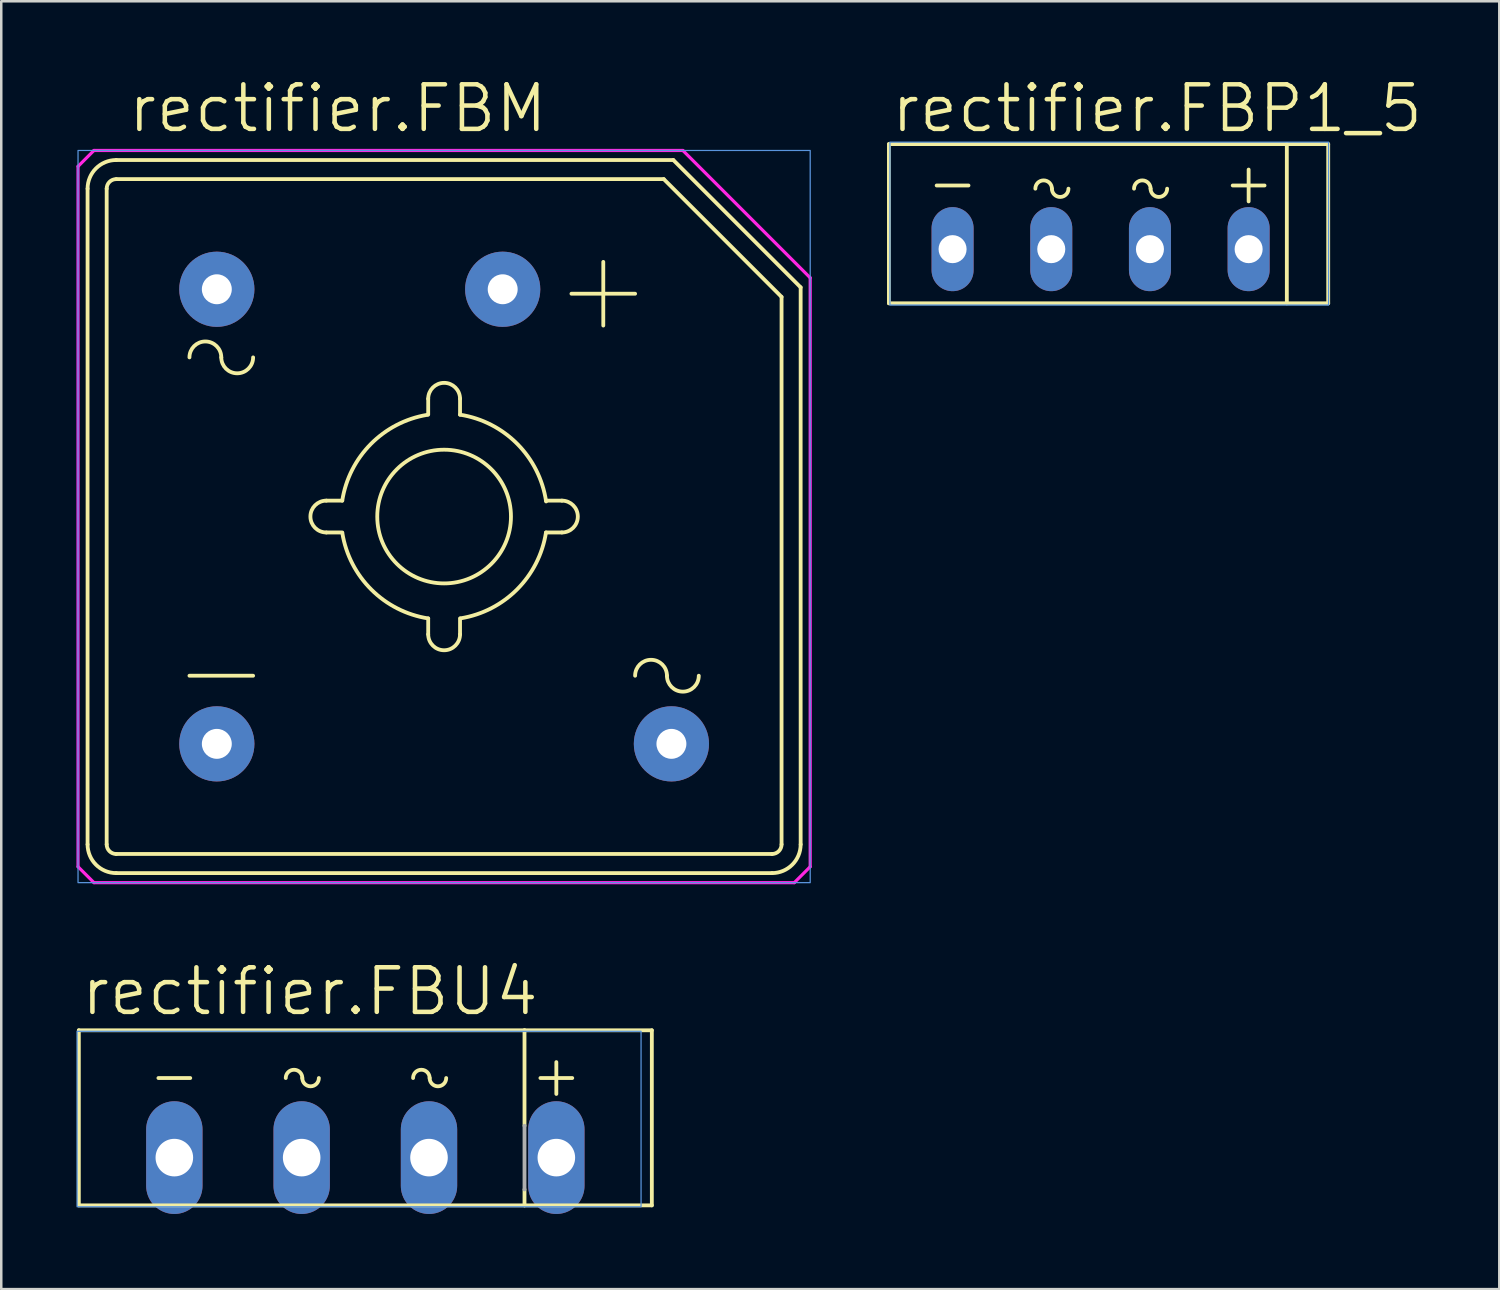
<source format=kicad_pcb>
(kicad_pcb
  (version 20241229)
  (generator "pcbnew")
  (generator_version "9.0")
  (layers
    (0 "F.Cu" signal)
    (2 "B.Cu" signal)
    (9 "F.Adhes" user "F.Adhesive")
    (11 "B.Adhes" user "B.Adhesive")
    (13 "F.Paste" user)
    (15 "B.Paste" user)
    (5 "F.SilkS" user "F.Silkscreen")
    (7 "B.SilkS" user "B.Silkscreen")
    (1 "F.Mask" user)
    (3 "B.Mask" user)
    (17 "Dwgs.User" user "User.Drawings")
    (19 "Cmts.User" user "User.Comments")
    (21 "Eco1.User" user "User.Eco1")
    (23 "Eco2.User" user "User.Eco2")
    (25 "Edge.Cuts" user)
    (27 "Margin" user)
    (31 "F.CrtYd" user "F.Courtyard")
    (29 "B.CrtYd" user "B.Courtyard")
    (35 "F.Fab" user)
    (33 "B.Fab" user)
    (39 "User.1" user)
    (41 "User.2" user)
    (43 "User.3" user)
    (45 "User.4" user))
  (footprint "rectifier.FBU4"
    (layer "F.Cu")
    (at 11.525 41.593)
    (property "Reference" "rectifier.FBU4" (at -11.43 -4.048 0) (layer "F.SilkS") (effects (font (size 1.778 1.778) (thickness 0.18)) (justify left bottom)))
    (attr through_hole)
    (fp_line (start -11.43 -3.54) (end 6.35 -3.54) (stroke (width 0.152) (type default)) (layer "F.SilkS"))
    (fp_line (start -11.43 3.445) (end -11.43 -3.54) (stroke (width 0.152) (type default)) (layer "F.SilkS"))
    (fp_line (start -8.255 -1.635) (end -6.985 -1.635) (stroke (width 0.152) (type default)) (layer "F.SilkS"))
    (fp_line (start 6.35 -3.54) (end 11.43 -3.54) (stroke (width 0.152) (type default)) (layer "F.SilkS"))
    (fp_line (start 6.35 0.27) (end 6.35 -3.54) (stroke (width 0.152) (type default)) (layer "F.SilkS"))
    (fp_line (start 6.35 3.445) (end -11.43 3.445) (stroke (width 0.152) (type default)) (layer "F.SilkS"))
    (fp_line (start 6.35 3.445) (end 6.35 2.81) (stroke (width 0.152) (type default)) (layer "F.SilkS"))
    (fp_line (start 6.985 -1.635) (end 8.255 -1.635) (stroke (width 0.152) (type default)) (layer "F.SilkS"))
    (fp_line (start 7.62 -2.27) (end 7.62 -1) (stroke (width 0.152) (type default)) (layer "F.SilkS"))
    (fp_line (start 11.43 -3.54) (end 11.43 3.445) (stroke (width 0.152) (type default)) (layer "F.SilkS"))
    (fp_line (start 11.43 3.445) (end 6.35 3.445) (stroke (width 0.152) (type default)) (layer "F.SilkS"))
    (fp_arc (start -3.175 -1.635) (mid -2.8448 -1.9652) (end -2.5146 -1.635) (stroke (width 0.1524) (type default)) (layer "F.SilkS"))
    (fp_arc (start -1.8542 -1.635) (mid -2.1844 -1.3048) (end -2.5146 -1.635) (stroke (width 0.1524) (type default)) (layer "F.SilkS"))
    (fp_arc (start 1.905 -1.635) (mid 2.2352 -1.9652) (end 2.5654 -1.635) (stroke (width 0.1524) (type default)) (layer "F.SilkS"))
    (fp_arc (start 3.2258 -1.635) (mid 2.8956 -1.3048) (end 2.5654 -1.635) (stroke (width 0.1524) (type default)) (layer "F.SilkS"))
    (fp_rect (start -11.5 3.5) (end 11 -3.5) (stroke (width 0.05) (type default)) (fill no) (layer "Cmts.User"))
    (fp_line (start 6.35 0.27) (end 6.35 2.81) (stroke (width 0.152) (type default)) (layer "F.Fab"))
    (pad "+" thru_hole oval (at 7.62 1.54 90) (size 4.496 2.248) (drill 1.499) (layers "*.Cu" "*.Mask"))
    (pad "-" thru_hole oval (at -7.62 1.54 90) (size 4.496 2.248) (drill 1.499) (layers "*.Cu" "*.Mask"))
    (pad "AC1" thru_hole oval (at 2.54 1.54 90) (size 4.496 2.248) (drill 1.499) (layers "*.Cu" "*.Mask"))
    (pad "AC2" thru_hole oval (at -2.54 1.54 90) (size 4.496 2.248) (drill 1.499) (layers "*.Cu" "*.Mask")))
  (footprint "rectifier.FBP1_5"
    (layer "F.Cu")
    (at 40.953 6.12)
    (property "Reference" "rectifier.FBP1_5" (at -8.54 -3.802 0) (layer "F.SilkS") (effects (font (size 1.778 1.778) (thickness 0.18)) (justify left bottom)))
    (attr through_hole)
    (fp_line (start -8.54 -3.421) (end 7.335 -3.421) (stroke (width 0.152) (type default)) (layer "F.SilkS"))
    (fp_line (start -8.54 2.929) (end -8.54 -3.421) (stroke (width 0.152) (type default)) (layer "F.SilkS"))
    (fp_line (start -6.635 -1.77) (end -5.365 -1.77) (stroke (width 0.152) (type default)) (layer "F.SilkS"))
    (fp_line (start 5.176 -1.77) (end 6.446 -1.77) (stroke (width 0.152) (type default)) (layer "F.SilkS"))
    (fp_line (start 5.811 -2.405) (end 5.811 -1.135) (stroke (width 0.152) (type default)) (layer "F.SilkS"))
    (fp_line (start 7.335 -3.421) (end 7.335 2.929) (stroke (width 0.152) (type default)) (layer "F.SilkS"))
    (fp_line (start 7.335 -3.421) (end 8.986 -3.421) (stroke (width 0.152) (type default)) (layer "F.SilkS"))
    (fp_line (start 7.335 2.929) (end -8.54 2.929) (stroke (width 0.152) (type default)) (layer "F.SilkS"))
    (fp_line (start 8.986 -3.421) (end 8.986 2.929) (stroke (width 0.152) (type default)) (layer "F.SilkS"))
    (fp_line (start 8.986 2.929) (end 7.335 2.929) (stroke (width 0.152) (type default)) (layer "F.SilkS"))
    (fp_arc (start -2.698 -1.643) (mid -2.3678 -1.9732) (end -2.0376 -1.643) (stroke (width 0.1524) (type default)) (layer "F.SilkS"))
    (fp_arc (start -1.3772 -1.643) (mid -1.7074 -1.3128) (end -2.0376 -1.643) (stroke (width 0.1524) (type default)) (layer "F.SilkS"))
    (fp_arc (start 1.239 -1.643) (mid 1.5692 -1.9732) (end 1.8994 -1.643) (stroke (width 0.1524) (type default)) (layer "F.SilkS"))
    (fp_arc (start 2.5598 -1.643) (mid 2.2296 -1.3128) (end 1.8994 -1.643) (stroke (width 0.1524) (type default)) (layer "F.SilkS"))
    (fp_rect (start -8.5 3) (end 9 -3.5) (stroke (width 0.05) (type default)) (fill no) (layer "Cmts.User"))
    (pad "+" thru_hole oval (at 5.811 0.77 90) (size 3.353 1.676) (drill 1.118) (layers "*.Cu" "*.Mask"))
    (pad "-" thru_hole oval (at -6 0.77 90) (size 3.353 1.676) (drill 1.118) (layers "*.Cu" "*.Mask"))
    (pad "AC1" thru_hole oval (at 1.874 0.77 90) (size 3.353 1.676) (drill 1.118) (layers "*.Cu" "*.Mask"))
    (pad "AC2" thru_hole oval (at -2.063 0.77 90) (size 3.353 1.676) (drill 1.118) (layers "*.Cu" "*.Mask")))
  (footprint "rectifier.FBM"
    (layer "F.Cu")
    (at 14.668 17.558)
    (property "Reference" "rectifier.FBM" (at -12.7 -15.24 0) (layer "F.SilkS") (effects (font (size 1.778 1.778) (thickness 0.18)) (justify left bottom)))
    (attr through_hole)
    (fp_line (start -14.224 -13.081) (end -14.224 13.081) (stroke (width 0.152) (type default)) (layer "F.SilkS"))
    (fp_line (start -13.462 13.081) (end -13.462 -13.081) (stroke (width 0.152) (type default)) (layer "F.SilkS"))
    (fp_line (start -13.081 -14.224) (end 9.144 -14.224) (stroke (width 0.152) (type default)) (layer "F.SilkS"))
    (fp_line (start -13.081 -13.462) (end 8.763 -13.462) (stroke (width 0.152) (type default)) (layer "F.SilkS"))
    (fp_line (start -13.081 14.224) (end 13.081 14.224) (stroke (width 0.152) (type default)) (layer "F.SilkS"))
    (fp_line (start -10.16 6.35) (end -7.62 6.35) (stroke (width 0.152) (type default)) (layer "F.SilkS"))
    (fp_line (start -4.699 -0.635) (end -4.064 -0.635) (stroke (width 0.152) (type default)) (layer "F.SilkS"))
    (fp_line (start -4.699 0.635) (end -4.064 0.635) (stroke (width 0.152) (type default)) (layer "F.SilkS"))
    (fp_line (start -0.635 -4.699) (end -0.635 -4.064) (stroke (width 0.152) (type default)) (layer "F.SilkS"))
    (fp_line (start -0.635 4.699) (end -0.635 4.064) (stroke (width 0.152) (type default)) (layer "F.SilkS"))
    (fp_line (start 0.635 -4.699) (end 0.635 -4.064) (stroke (width 0.152) (type default)) (layer "F.SilkS"))
    (fp_line (start 0.635 4.699) (end 0.635 4.064) (stroke (width 0.152) (type default)) (layer "F.SilkS"))
    (fp_line (start 4.699 -0.635) (end 4.064 -0.635) (stroke (width 0.152) (type default)) (layer "F.SilkS"))
    (fp_line (start 4.699 0.635) (end 4.064 0.635) (stroke (width 0.152) (type default)) (layer "F.SilkS"))
    (fp_line (start 5.08 -8.89) (end 7.62 -8.89) (stroke (width 0.152) (type default)) (layer "F.SilkS"))
    (fp_line (start 6.35 -7.62) (end 6.35 -10.16) (stroke (width 0.152) (type default)) (layer "F.SilkS"))
    (fp_line (start 9.144 -14.224) (end 14.224 -9.144) (stroke (width 0.152) (type default)) (layer "F.SilkS"))
    (fp_line (start 13.081 13.462) (end -13.081 13.462) (stroke (width 0.152) (type default)) (layer "F.SilkS"))
    (fp_line (start 13.462 -8.763) (end 8.763 -13.462) (stroke (width 0.152) (type default)) (layer "F.SilkS"))
    (fp_line (start 13.462 -8.763) (end 13.462 13.081) (stroke (width 0.152) (type default)) (layer "F.SilkS"))
    (fp_line (start 14.224 13.081) (end 14.224 -9.144) (stroke (width 0.152) (type default)) (layer "F.SilkS"))
    (fp_arc (start -14.224 -13.081) (mid -13.889223 -13.889223) (end -13.081 -14.224) (stroke (width 0.1524) (type default)) (layer "F.SilkS"))
    (fp_arc (start -13.462 -13.081) (mid -13.350408 -13.350408) (end -13.081 -13.462) (stroke (width 0.1524) (type default)) (layer "F.SilkS"))
    (fp_arc (start -13.081 13.462) (mid -13.350408 13.350408) (end -13.462 13.081) (stroke (width 0.1524) (type default)) (layer "F.SilkS"))
    (fp_arc (start -13.081 14.224) (mid -13.889223 13.889223) (end -14.224 13.081) (stroke (width 0.1524) (type default)) (layer "F.SilkS"))
    (fp_arc (start -10.16 -6.35) (mid -9.525 -6.985) (end -8.89 -6.35) (stroke (width 0.1524) (type default)) (layer "F.SilkS"))
    (fp_arc (start -7.62 -6.35) (mid -8.255 -5.715) (end -8.89 -6.35) (stroke (width 0.1524) (type default)) (layer "F.SilkS"))
    (fp_arc (start -4.699 0.635) (mid -5.334 0) (end -4.699 -0.635) (stroke (width 0.1524) (type default)) (layer "F.SilkS"))
    (fp_arc (start -4.064 -0.635) (mid -2.923253 -2.893727) (end -0.6762 -4.0573) (stroke (width 0.1524) (type default)) (layer "F.SilkS"))
    (fp_arc (start -0.635 -4.699) (mid 0 -5.334) (end 0.635 -4.699) (stroke (width 0.1524) (type default)) (layer "F.SilkS"))
    (fp_arc (start -0.635 4.064) (mid -2.901366 2.915693) (end -4.0608 0.655) (stroke (width 0.1524) (type default)) (layer "F.SilkS"))
    (fp_arc (start 0.635 -4.064) (mid 2.920042 -2.897011) (end 4.0689 -0.6028) (stroke (width 0.1524) (type default)) (layer "F.SilkS"))
    (fp_arc (start 0.635 4.699) (mid 0 5.334) (end -0.635 4.699) (stroke (width 0.1524) (type default)) (layer "F.SilkS"))
    (fp_arc (start 4.064 0.635) (mid 2.915693 2.901366) (end 0.655 4.0608) (stroke (width 0.1524) (type default)) (layer "F.SilkS"))
    (fp_arc (start 4.699 -0.635) (mid 5.334 0) (end 4.699 0.635) (stroke (width 0.1524) (type default)) (layer "F.SilkS"))
    (fp_arc (start 7.62 6.35) (mid 8.255 5.715) (end 8.89 6.35) (stroke (width 0.1524) (type default)) (layer "F.SilkS"))
    (fp_arc (start 10.16 6.35) (mid 9.525 6.985) (end 8.89 6.35) (stroke (width 0.1524) (type default)) (layer "F.SilkS"))
    (fp_arc (start 13.462 13.081) (mid 13.350408 13.350408) (end 13.081 13.462) (stroke (width 0.1524) (type default)) (layer "F.SilkS"))
    (fp_arc (start 14.224 13.081) (mid 13.889223 13.889223) (end 13.081 14.224) (stroke (width 0.1524) (type default)) (layer "F.SilkS"))
    (fp_circle (center 0 0) (end 2.667 0) (stroke (width 0.152) (type default)) (fill no) (layer "F.SilkS"))
    (fp_rect (start -14.605 14.605) (end 14.605 -14.605) (stroke (width 0.05) (type default)) (fill no) (layer "Cmts.User"))
    (fp_line (start -14.605 13.97) (end -14.605 -13.97) (stroke (width 0.127) (type default)) (layer "F.CrtYd"))
    (fp_line (start -14.605 13.97) (end -13.97 14.605) (stroke (width 0.127) (type default)) (layer "F.CrtYd"))
    (fp_line (start -13.97 -14.605) (end -14.605 -13.97) (stroke (width 0.127) (type default)) (layer "F.CrtYd"))
    (fp_line (start -13.97 -14.605) (end 9.525 -14.605) (stroke (width 0.127) (type default)) (layer "F.CrtYd"))
    (fp_line (start 9.525 -14.605) (end 14.605 -9.525) (stroke (width 0.127) (type default)) (layer "F.CrtYd"))
    (fp_line (start 13.97 14.605) (end -13.97 14.605) (stroke (width 0.127) (type default)) (layer "F.CrtYd"))
    (fp_line (start 13.97 14.605) (end 14.605 13.97) (stroke (width 0.127) (type default)) (layer "F.CrtYd"))
    (fp_line (start 14.605 -9.525) (end 14.605 13.97) (stroke (width 0.127) (type default)) (layer "F.CrtYd"))
    (pad "+" thru_hole circle (at 2.337 -9.068) (size 3 3) (drill 1.194) (layers "*.Cu" "*.Mask"))
    (pad "-" thru_hole circle (at -9.068 9.068) (size 3 3) (drill 1.194) (layers "*.Cu" "*.Mask"))
    (pad "AC1" thru_hole circle (at -9.068 -9.068) (size 3 3) (drill 1.194) (layers "*.Cu" "*.Mask"))
    (pad "AC2" thru_hole circle (at 9.068 9.068) (size 3 3) (drill 1.194) (layers "*.Cu" "*.Mask")))
  (gr_rect
    (start -3 -3)
    (end 56.764 48.38)
    (stroke (width 0.1) (type default))
    (fill no)
    (layer "Edge.Cuts")))
</source>
